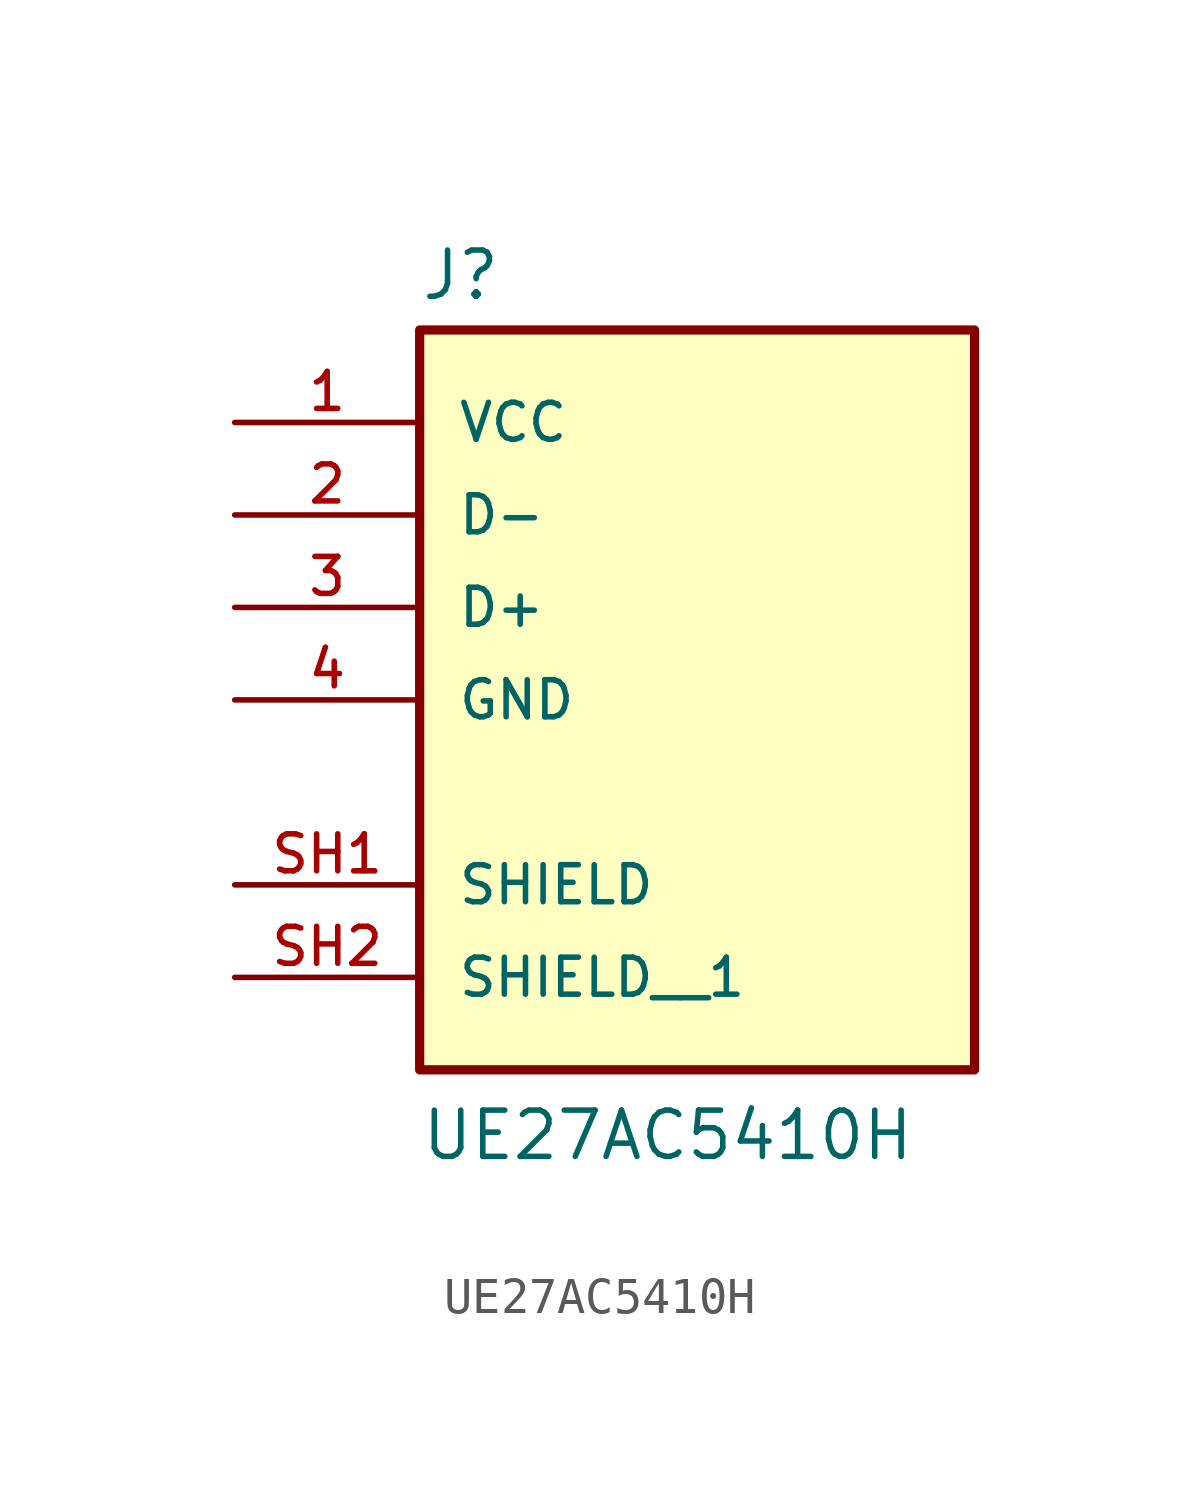
<source format=kicad_sym>
(kicad_symbol_lib
  (version 20211014)
  (generator kicad_symbol_editor)
  (symbol "UE27AC5410H"
    (pin_names
      (offset 1.016))
    (property "Reference" "J"
      (at -7.62 8.382 0)
      (effects (font (size 1.27 1.27)) (justify bottom left)))
    (property "Value" "UE27AC5410H"
      (at -7.62 -15.24 0)
      (effects (font (size 1.27 1.27)) (justify bottom left)))
    (symbol "UE27AC5410H_0_0"
      (rectangle (start -7.62 -12.7) (end 7.62 7.62) (stroke (width 0.254)) (fill (type background)))
      (pin power_in line (at -12.7 5.08 0) (length 5.08) (name "VCC" (effects (font (size 1.016 1.016)))) (number "1" (effects (font (size 1.016 1.016)))))
      (pin bidirectional line (at -12.7 2.54 0) (length 5.08) (name "D-" (effects (font (size 1.016 1.016)))) (number "2" (effects (font (size 1.016 1.016)))))
      (pin bidirectional line (at -12.7 0.0 0) (length 5.08) (name "D+" (effects (font (size 1.016 1.016)))) (number "3" (effects (font (size 1.016 1.016)))))
      (pin power_in line (at -12.7 -2.54 0) (length 5.08) (name "GND" (effects (font (size 1.016 1.016)))) (number "4" (effects (font (size 1.016 1.016)))))
      (pin passive line (at -12.7 -7.62 0) (length 5.08) (name "SHIELD" (effects (font (size 1.016 1.016)))) (number "SH1" (effects (font (size 1.016 1.016)))))
      (pin passive line (at -12.7 -10.16 0) (length 5.08) (name "SHIELD__1" (effects (font (size 1.016 1.016)))) (number "SH2" (effects (font (size 1.016 1.016))))))))
</source>
